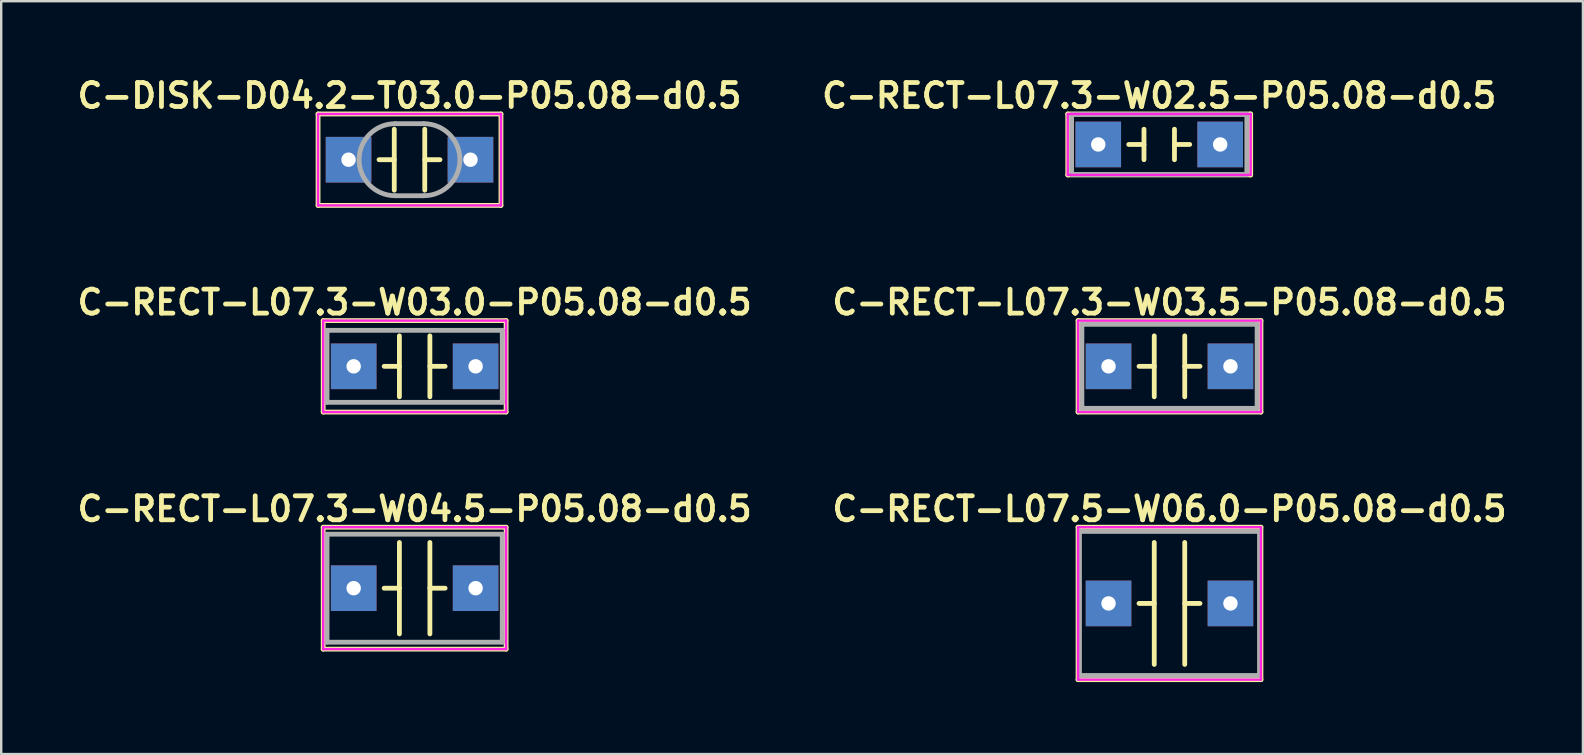
<source format=kicad_pcb>
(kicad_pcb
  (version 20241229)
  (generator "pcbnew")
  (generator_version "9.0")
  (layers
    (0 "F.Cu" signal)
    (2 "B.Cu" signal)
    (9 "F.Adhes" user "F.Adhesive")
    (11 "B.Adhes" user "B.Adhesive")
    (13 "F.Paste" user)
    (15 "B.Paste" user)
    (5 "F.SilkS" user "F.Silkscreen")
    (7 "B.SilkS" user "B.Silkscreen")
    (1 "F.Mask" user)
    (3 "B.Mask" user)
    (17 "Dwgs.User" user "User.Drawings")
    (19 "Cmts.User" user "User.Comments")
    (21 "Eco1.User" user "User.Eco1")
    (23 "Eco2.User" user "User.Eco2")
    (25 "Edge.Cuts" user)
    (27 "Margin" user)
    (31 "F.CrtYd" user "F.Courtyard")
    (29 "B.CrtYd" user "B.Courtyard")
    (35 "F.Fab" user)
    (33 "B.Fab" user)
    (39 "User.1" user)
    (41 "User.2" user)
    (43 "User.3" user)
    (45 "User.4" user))
  (footprint "C-RECT-L07.3-W03.0-P05.08-d0.5"
    (layer "F.Cu")
    (at 14.224 12.211)
    (property "Reference" "C-RECT-L07.3-W03.0-P05.08-d0.5" (at 0 -2.667 0) (layer "F.SilkS") (effects (font (size 1 1) (thickness 0.2))))
    (attr through_hole)
    (fp_line (start -3.81 -1.905) (end -3.81 1.905) (stroke (width 0.2) (type solid)) (layer "F.SilkS"))
    (fp_line (start -3.81 -1.905) (end 3.81 -1.905) (stroke (width 0.2) (type solid)) (layer "F.SilkS"))
    (fp_line (start -3.81 1.905) (end 3.81 1.905) (stroke (width 0.2) (type solid)) (layer "F.SilkS"))
    (fp_line (start -1.27 0) (end -0.635 0) (stroke (width 0.2) (type solid)) (layer "F.SilkS"))
    (fp_line (start -0.635 -1.27) (end -0.635 1.27) (stroke (width 0.2) (type solid)) (layer "F.SilkS"))
    (fp_line (start 0.635 -1.27) (end 0.635 1.27) (stroke (width 0.2) (type solid)) (layer "F.SilkS"))
    (fp_line (start 0.635 0) (end 1.27 0) (stroke (width 0.2) (type solid)) (layer "F.SilkS"))
    (fp_line (start 3.81 -1.905) (end 3.81 1.905) (stroke (width 0.2) (type solid)) (layer "F.SilkS"))
    (fp_line (start -3.81 -1.905) (end -3.81 1.905) (stroke (width 0.1) (type solid)) (layer "F.CrtYd"))
    (fp_line (start -3.81 -1.905) (end 3.81 -1.905) (stroke (width 0.1) (type solid)) (layer "F.CrtYd"))
    (fp_line (start -3.81 1.905) (end 3.81 1.905) (stroke (width 0.1) (type solid)) (layer "F.CrtYd"))
    (fp_line (start 3.81 -1.905) (end 3.81 1.905) (stroke (width 0.1) (type solid)) (layer "F.CrtYd"))
    (fp_line (start -3.65 -1.5) (end -3.65 1.5) (stroke (width 0.2) (type solid)) (layer "F.Fab"))
    (fp_line (start -3.65 -1.5) (end 3.65 -1.5) (stroke (width 0.2) (type solid)) (layer "F.Fab"))
    (fp_line (start -3.65 1.5) (end 3.65 1.5) (stroke (width 0.2) (type solid)) (layer "F.Fab"))
    (fp_line (start 3.65 -1.5) (end 3.65 1.5) (stroke (width 0.2) (type solid)) (layer "F.Fab"))
    (pad "1" thru_hole rect (at -2.54 0) (size 1.9 1.9) (drill 0.6) (layers "*.Cu" "*.Mask"))
    (pad "2" thru_hole rect (at 2.54 0) (size 1.9 1.9) (drill 0.6) (layers "*.Cu" "*.Mask")))
  (footprint "C-RECT-L07.3-W02.5-P05.08-d0.5"
    (layer "F.Cu")
    (at 45.243 2.968)
    (property "Reference" "C-RECT-L07.3-W02.5-P05.08-d0.5" (at 0 -2.032 0) (layer "F.SilkS") (effects (font (size 1 1) (thickness 0.2))))
    (attr through_hole)
    (fp_line (start -3.81 -1.27) (end -3.81 1.27) (stroke (width 0.2) (type solid)) (layer "F.SilkS"))
    (fp_line (start -3.81 -1.27) (end 3.81 -1.27) (stroke (width 0.2) (type solid)) (layer "F.SilkS"))
    (fp_line (start -3.81 1.27) (end 3.81 1.27) (stroke (width 0.2) (type solid)) (layer "F.SilkS"))
    (fp_line (start -1.27 0) (end -0.635 0) (stroke (width 0.2) (type solid)) (layer "F.SilkS"))
    (fp_line (start -0.635 -0.635) (end -0.635 0.635) (stroke (width 0.2) (type solid)) (layer "F.SilkS"))
    (fp_line (start 0.635 -0.635) (end 0.635 0.635) (stroke (width 0.2) (type solid)) (layer "F.SilkS"))
    (fp_line (start 0.635 0) (end 1.27 0) (stroke (width 0.2) (type solid)) (layer "F.SilkS"))
    (fp_line (start 3.81 -1.27) (end 3.81 1.27) (stroke (width 0.2) (type solid)) (layer "F.SilkS"))
    (fp_line (start -3.81 -1.27) (end -3.81 1.27) (stroke (width 0.1) (type solid)) (layer "F.CrtYd"))
    (fp_line (start -3.81 -1.27) (end 3.81 -1.27) (stroke (width 0.1) (type solid)) (layer "F.CrtYd"))
    (fp_line (start -3.81 1.27) (end 3.81 1.27) (stroke (width 0.1) (type solid)) (layer "F.CrtYd"))
    (fp_line (start 3.81 -1.27) (end 3.81 1.27) (stroke (width 0.1) (type solid)) (layer "F.CrtYd"))
    (fp_line (start -3.65 -1.25) (end -3.65 1.25) (stroke (width 0.2) (type solid)) (layer "F.Fab"))
    (fp_line (start -3.65 -1.25) (end 3.65 -1.25) (stroke (width 0.2) (type solid)) (layer "F.Fab"))
    (fp_line (start -3.65 1.25) (end 3.65 1.25) (stroke (width 0.2) (type solid)) (layer "F.Fab"))
    (fp_line (start 3.65 -1.25) (end 3.65 1.25) (stroke (width 0.2) (type solid)) (layer "F.Fab"))
    (pad "1" thru_hole rect (at -2.54 0) (size 1.9 1.9) (drill 0.6) (layers "*.Cu" "*.Mask"))
    (pad "2" thru_hole rect (at 2.54 0) (size 1.9 1.9) (drill 0.6) (layers "*.Cu" "*.Mask")))
  (footprint "C-RECT-L07.3-W03.5-P05.08-d0.5"
    (layer "F.Cu")
    (at 45.671 12.211)
    (property "Reference" "C-RECT-L07.3-W03.5-P05.08-d0.5" (at 0 -2.667 0) (layer "F.SilkS") (effects (font (size 1 1) (thickness 0.2))))
    (attr through_hole)
    (fp_line (start -3.81 -1.905) (end -3.81 1.905) (stroke (width 0.2) (type solid)) (layer "F.SilkS"))
    (fp_line (start -3.81 -1.905) (end 3.81 -1.905) (stroke (width 0.2) (type solid)) (layer "F.SilkS"))
    (fp_line (start -3.81 1.905) (end 3.81 1.905) (stroke (width 0.2) (type solid)) (layer "F.SilkS"))
    (fp_line (start -1.27 0) (end -0.635 0) (stroke (width 0.2) (type solid)) (layer "F.SilkS"))
    (fp_line (start -0.635 -1.27) (end -0.635 1.27) (stroke (width 0.2) (type solid)) (layer "F.SilkS"))
    (fp_line (start 0.635 -1.27) (end 0.635 1.27) (stroke (width 0.2) (type solid)) (layer "F.SilkS"))
    (fp_line (start 0.635 0) (end 1.27 0) (stroke (width 0.2) (type solid)) (layer "F.SilkS"))
    (fp_line (start 3.81 -1.905) (end 3.81 1.905) (stroke (width 0.2) (type solid)) (layer "F.SilkS"))
    (fp_line (start -3.81 -1.905) (end -3.81 1.905) (stroke (width 0.1) (type solid)) (layer "F.CrtYd"))
    (fp_line (start -3.81 -1.905) (end 3.81 -1.905) (stroke (width 0.1) (type solid)) (layer "F.CrtYd"))
    (fp_line (start -3.81 1.905) (end 3.81 1.905) (stroke (width 0.1) (type solid)) (layer "F.CrtYd"))
    (fp_line (start 3.81 -1.905) (end 3.81 1.905) (stroke (width 0.1) (type solid)) (layer "F.CrtYd"))
    (fp_line (start -3.65 -1.75) (end -3.65 1.75) (stroke (width 0.2) (type solid)) (layer "F.Fab"))
    (fp_line (start -3.65 -1.75) (end 3.65 -1.75) (stroke (width 0.2) (type solid)) (layer "F.Fab"))
    (fp_line (start -3.65 1.75) (end 3.65 1.75) (stroke (width 0.2) (type solid)) (layer "F.Fab"))
    (fp_line (start 3.65 -1.75) (end 3.65 1.75) (stroke (width 0.2) (type solid)) (layer "F.Fab"))
    (pad "1" thru_hole rect (at -2.54 0) (size 1.9 1.9) (drill 0.6) (layers "*.Cu" "*.Mask"))
    (pad "2" thru_hole rect (at 2.54 0) (size 1.9 1.9) (drill 0.6) (layers "*.Cu" "*.Mask")))
  (footprint "C-RECT-L07.3-W04.5-P05.08-d0.5"
    (layer "F.Cu")
    (at 14.224 21.454)
    (property "Reference" "C-RECT-L07.3-W04.5-P05.08-d0.5" (at 0 -3.302 0) (layer "F.SilkS") (effects (font (size 1 1) (thickness 0.2))))
    (attr through_hole)
    (fp_line (start -3.81 -2.54) (end -3.81 2.54) (stroke (width 0.2) (type solid)) (layer "F.SilkS"))
    (fp_line (start -3.81 -2.54) (end 3.81 -2.54) (stroke (width 0.2) (type solid)) (layer "F.SilkS"))
    (fp_line (start -3.81 2.54) (end 3.81 2.54) (stroke (width 0.2) (type solid)) (layer "F.SilkS"))
    (fp_line (start -1.27 0) (end -0.635 0) (stroke (width 0.2) (type solid)) (layer "F.SilkS"))
    (fp_line (start -0.635 -1.905) (end -0.635 1.905) (stroke (width 0.2) (type solid)) (layer "F.SilkS"))
    (fp_line (start 0.635 -1.905) (end 0.635 1.905) (stroke (width 0.2) (type solid)) (layer "F.SilkS"))
    (fp_line (start 0.635 0) (end 1.27 0) (stroke (width 0.2) (type solid)) (layer "F.SilkS"))
    (fp_line (start 3.81 -2.54) (end 3.81 2.54) (stroke (width 0.2) (type solid)) (layer "F.SilkS"))
    (fp_line (start -3.81 -2.54) (end -3.81 2.54) (stroke (width 0.1) (type solid)) (layer "F.CrtYd"))
    (fp_line (start -3.81 -2.54) (end 3.81 -2.54) (stroke (width 0.1) (type solid)) (layer "F.CrtYd"))
    (fp_line (start -3.81 2.54) (end 3.81 2.54) (stroke (width 0.1) (type solid)) (layer "F.CrtYd"))
    (fp_line (start 3.81 -2.54) (end 3.81 2.54) (stroke (width 0.1) (type solid)) (layer "F.CrtYd"))
    (fp_line (start -3.65 -2.25) (end -3.65 2.25) (stroke (width 0.2) (type solid)) (layer "F.Fab"))
    (fp_line (start -3.65 -2.25) (end 3.65 -2.25) (stroke (width 0.2) (type solid)) (layer "F.Fab"))
    (fp_line (start -3.65 2.25) (end 3.65 2.25) (stroke (width 0.2) (type solid)) (layer "F.Fab"))
    (fp_line (start 3.65 -2.25) (end 3.65 2.25) (stroke (width 0.2) (type solid)) (layer "F.Fab"))
    (pad "1" thru_hole rect (at -2.54 0) (size 1.9 1.9) (drill 0.6) (layers "*.Cu" "*.Mask"))
    (pad "2" thru_hole rect (at 2.54 0) (size 1.9 1.9) (drill 0.6) (layers "*.Cu" "*.Mask")))
  (footprint "C-RECT-L07.5-W06.0-P05.08-d0.5"
    (layer "F.Cu")
    (at 45.671 22.089)
    (property "Reference" "C-RECT-L07.5-W06.0-P05.08-d0.5" (at 0 -3.937 0) (layer "F.SilkS") (effects (font (size 1 1) (thickness 0.2))))
    (attr through_hole)
    (fp_line (start -3.81 -3.175) (end -3.81 3.175) (stroke (width 0.2) (type solid)) (layer "F.SilkS"))
    (fp_line (start -3.81 -3.175) (end 3.81 -3.175) (stroke (width 0.2) (type solid)) (layer "F.SilkS"))
    (fp_line (start -3.81 3.175) (end 3.81 3.175) (stroke (width 0.2) (type solid)) (layer "F.SilkS"))
    (fp_line (start -1.27 0) (end -0.635 0) (stroke (width 0.2) (type solid)) (layer "F.SilkS"))
    (fp_line (start -0.635 -2.54) (end -0.635 2.54) (stroke (width 0.2) (type solid)) (layer "F.SilkS"))
    (fp_line (start 0.635 -2.54) (end 0.635 2.54) (stroke (width 0.2) (type solid)) (layer "F.SilkS"))
    (fp_line (start 0.635 0) (end 1.27 0) (stroke (width 0.2) (type solid)) (layer "F.SilkS"))
    (fp_line (start 3.81 -3.175) (end 3.81 3.175) (stroke (width 0.2) (type solid)) (layer "F.SilkS"))
    (fp_line (start -3.81 -3.175) (end -3.81 3.175) (stroke (width 0.1) (type solid)) (layer "F.CrtYd"))
    (fp_line (start -3.81 -3.175) (end 3.81 -3.175) (stroke (width 0.1) (type solid)) (layer "F.CrtYd"))
    (fp_line (start -3.81 3.175) (end 3.81 3.175) (stroke (width 0.1) (type solid)) (layer "F.CrtYd"))
    (fp_line (start 3.81 -3.175) (end 3.81 3.175) (stroke (width 0.1) (type solid)) (layer "F.CrtYd"))
    (fp_line (start -3.75 -3) (end -3.75 3) (stroke (width 0.2) (type solid)) (layer "F.Fab"))
    (fp_line (start -3.75 -3) (end 3.75 -3) (stroke (width 0.2) (type solid)) (layer "F.Fab"))
    (fp_line (start -3.75 3) (end 3.75 3) (stroke (width 0.2) (type solid)) (layer "F.Fab"))
    (fp_line (start 3.75 -3) (end 3.75 3) (stroke (width 0.2) (type solid)) (layer "F.Fab"))
    (pad "1" thru_hole rect (at -2.54 0) (size 1.9 1.9) (drill 0.6) (layers "*.Cu" "*.Mask"))
    (pad "2" thru_hole rect (at 2.54 0) (size 1.9 1.9) (drill 0.6) (layers "*.Cu" "*.Mask")))
  (footprint "C-DISK-D04.2-T03.0-P05.08-d0.5"
    (layer "F.Cu")
    (at 14.01 3.603)
    (property "Reference" "C-DISK-D04.2-T03.0-P05.08-d0.5" (at 0 -2.667 0) (layer "F.SilkS") (effects (font (size 1 1) (thickness 0.2))))
    (attr through_hole)
    (fp_line (start -3.81 -1.905) (end -3.81 1.905) (stroke (width 0.2) (type solid)) (layer "F.SilkS"))
    (fp_line (start -3.81 -1.905) (end 3.81 -1.905) (stroke (width 0.2) (type solid)) (layer "F.SilkS"))
    (fp_line (start -3.81 1.905) (end 3.81 1.905) (stroke (width 0.2) (type solid)) (layer "F.SilkS"))
    (fp_line (start -1.27 0) (end -0.635 0) (stroke (width 0.2) (type solid)) (layer "F.SilkS"))
    (fp_line (start -0.635 -1.27) (end -0.635 1.27) (stroke (width 0.2) (type solid)) (layer "F.SilkS"))
    (fp_line (start 0.635 -1.27) (end 0.635 1.27) (stroke (width 0.2) (type solid)) (layer "F.SilkS"))
    (fp_line (start 0.635 0) (end 1.27 0) (stroke (width 0.2) (type solid)) (layer "F.SilkS"))
    (fp_line (start 3.81 -1.905) (end 3.81 1.905) (stroke (width 0.2) (type solid)) (layer "F.SilkS"))
    (fp_line (start -3.81 -1.905) (end -3.81 1.905) (stroke (width 0.1) (type solid)) (layer "F.CrtYd"))
    (fp_line (start -3.81 -1.905) (end 3.81 -1.905) (stroke (width 0.1) (type solid)) (layer "F.CrtYd"))
    (fp_line (start -3.81 1.905) (end 3.81 1.905) (stroke (width 0.1) (type solid)) (layer "F.CrtYd"))
    (fp_line (start 3.81 -1.905) (end 3.81 1.905) (stroke (width 0.1) (type solid)) (layer "F.CrtYd"))
    (fp_line (start -0.6 -1.5) (end 0.6 -1.5) (stroke (width 0.2) (type solid)) (layer "F.Fab"))
    (fp_line (start -0.6 1.5) (end 0.6 1.5) (stroke (width 0.2) (type solid)) (layer "F.Fab"))
    (fp_arc (start -0.6 1.5) (mid -2.1 0) (end -0.6 -1.5) (stroke (width 0.2) (type solid)) (layer "F.Fab"))
    (fp_arc (start 0.6 -1.5) (mid 2.1 0) (end 0.6 1.5) (stroke (width 0.2) (type solid)) (layer "F.Fab"))
    (pad "1" thru_hole rect (at -2.54 0) (size 1.9 1.9) (drill 0.6) (layers "*.Cu" "*.Mask"))
    (pad "2" thru_hole rect (at 2.54 0) (size 1.9 1.9) (drill 0.6) (layers "*.Cu" "*.Mask")))
  (gr_rect
    (start -3 -3)
    (end 62.895 28.364)
    (stroke (width 0.1) (type default))
    (fill no)
    (layer "Edge.Cuts")))
</source>
